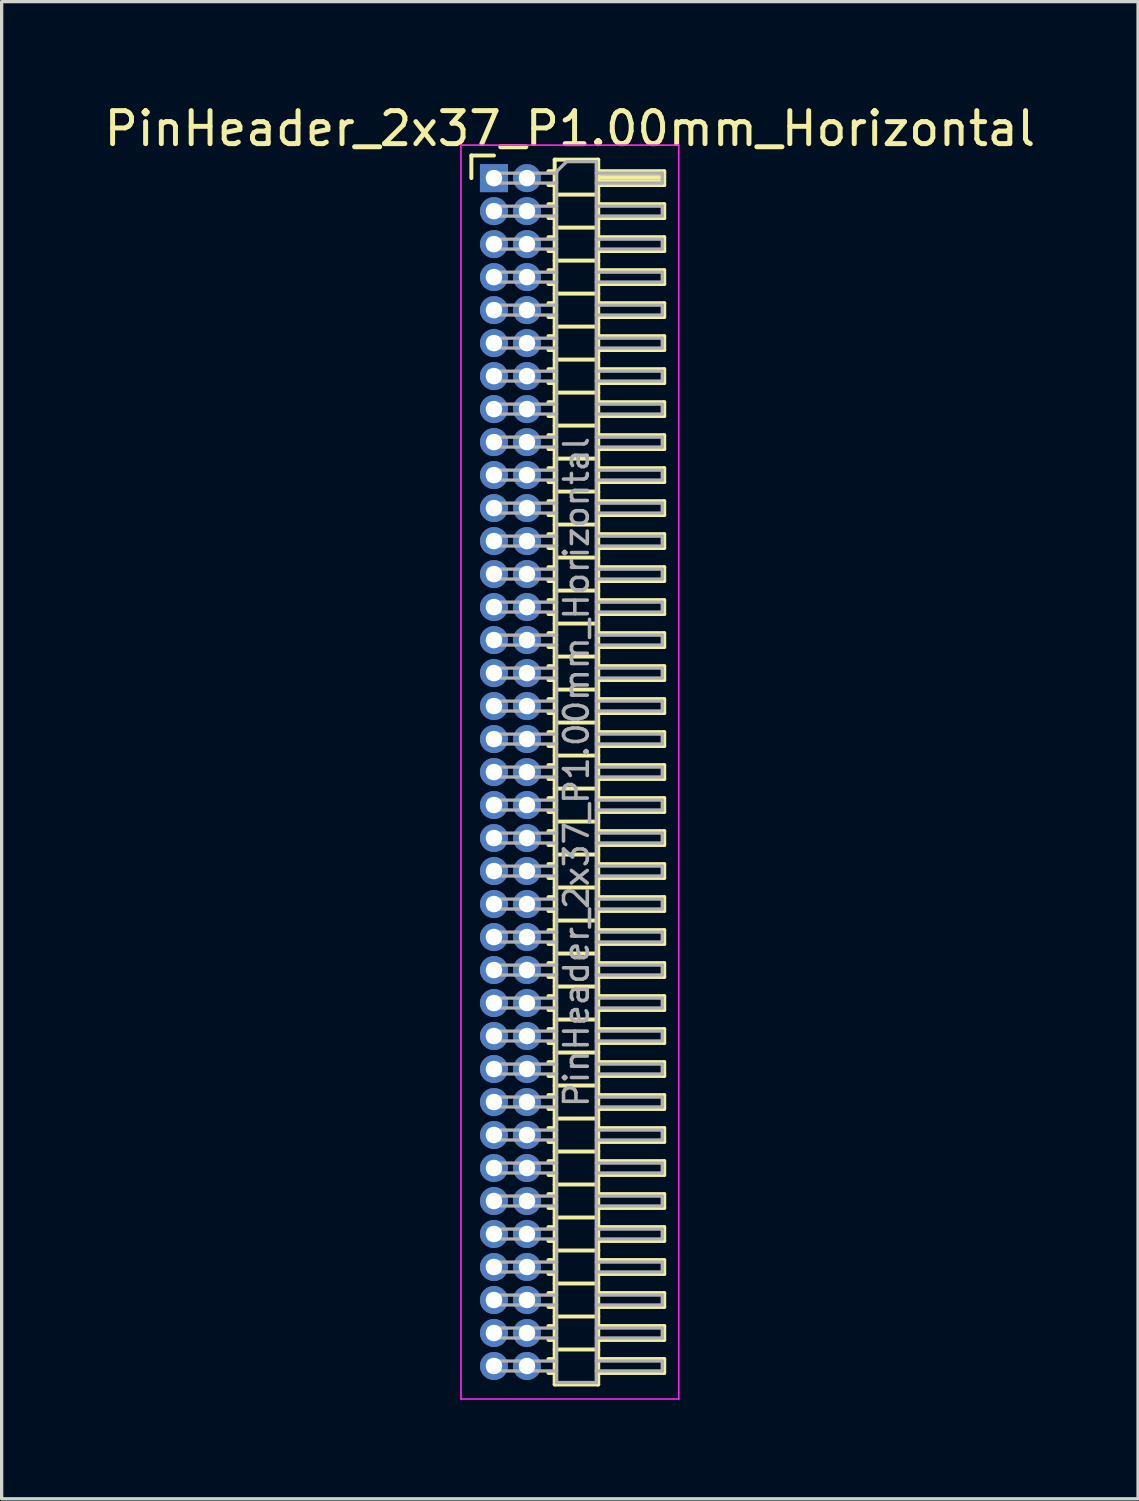
<source format=kicad_pcb>
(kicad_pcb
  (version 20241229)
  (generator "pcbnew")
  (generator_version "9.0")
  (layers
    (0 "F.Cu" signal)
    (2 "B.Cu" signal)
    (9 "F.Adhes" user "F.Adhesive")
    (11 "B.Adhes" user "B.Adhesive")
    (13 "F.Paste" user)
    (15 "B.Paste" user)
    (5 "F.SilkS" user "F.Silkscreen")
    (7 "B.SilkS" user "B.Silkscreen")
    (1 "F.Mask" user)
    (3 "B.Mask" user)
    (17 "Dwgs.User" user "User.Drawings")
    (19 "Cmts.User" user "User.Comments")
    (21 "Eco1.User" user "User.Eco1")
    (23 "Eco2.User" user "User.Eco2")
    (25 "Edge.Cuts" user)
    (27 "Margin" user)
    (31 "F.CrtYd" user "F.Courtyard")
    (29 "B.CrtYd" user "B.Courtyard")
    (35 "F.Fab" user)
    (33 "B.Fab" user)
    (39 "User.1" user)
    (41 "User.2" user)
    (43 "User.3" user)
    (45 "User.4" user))
  (footprint "PinHeader_2x37_P1.00mm_Horizontal"
    (layer "F.Cu")
    (at 11.92 2.348)
    (property "Reference" "PinHeader_2x37_P1.00mm_Horizontal" (at 2.3 -1.5 0) (layer "F.SilkS") (effects (font (size 1 1) (thickness 0.15))))
    (attr through_hole)
    (fp_line (start -0.685 -0.685) (end 0 -0.685) (stroke (width 0.12) (type solid)) (layer "F.SilkS"))
    (fp_line (start -0.685 0) (end -0.685 -0.685) (stroke (width 0.12) (type solid)) (layer "F.SilkS"))
    (fp_line (start 1.652 -0.21) (end 1.84 -0.21) (stroke (width 0.12) (type solid)) (layer "F.SilkS"))
    (fp_line (start 1.652 0.21) (end 1.84 0.21) (stroke (width 0.12) (type solid)) (layer "F.SilkS"))
    (fp_line (start 1.652 0.79) (end 1.84 0.79) (stroke (width 0.12) (type solid)) (layer "F.SilkS"))
    (fp_line (start 1.652 1.21) (end 1.84 1.21) (stroke (width 0.12) (type solid)) (layer "F.SilkS"))
    (fp_line (start 1.652 1.79) (end 1.84 1.79) (stroke (width 0.12) (type solid)) (layer "F.SilkS"))
    (fp_line (start 1.652 2.21) (end 1.84 2.21) (stroke (width 0.12) (type solid)) (layer "F.SilkS"))
    (fp_line (start 1.652 2.79) (end 1.84 2.79) (stroke (width 0.12) (type solid)) (layer "F.SilkS"))
    (fp_line (start 1.652 3.21) (end 1.84 3.21) (stroke (width 0.12) (type solid)) (layer "F.SilkS"))
    (fp_line (start 1.652 3.79) (end 1.84 3.79) (stroke (width 0.12) (type solid)) (layer "F.SilkS"))
    (fp_line (start 1.652 4.21) (end 1.84 4.21) (stroke (width 0.12) (type solid)) (layer "F.SilkS"))
    (fp_line (start 1.652 4.79) (end 1.84 4.79) (stroke (width 0.12) (type solid)) (layer "F.SilkS"))
    (fp_line (start 1.652 5.21) (end 1.84 5.21) (stroke (width 0.12) (type solid)) (layer "F.SilkS"))
    (fp_line (start 1.652 5.79) (end 1.84 5.79) (stroke (width 0.12) (type solid)) (layer "F.SilkS"))
    (fp_line (start 1.652 6.21) (end 1.84 6.21) (stroke (width 0.12) (type solid)) (layer "F.SilkS"))
    (fp_line (start 1.652 6.79) (end 1.84 6.79) (stroke (width 0.12) (type solid)) (layer "F.SilkS"))
    (fp_line (start 1.652 7.21) (end 1.84 7.21) (stroke (width 0.12) (type solid)) (layer "F.SilkS"))
    (fp_line (start 1.652 7.79) (end 1.84 7.79) (stroke (width 0.12) (type solid)) (layer "F.SilkS"))
    (fp_line (start 1.652 8.21) (end 1.84 8.21) (stroke (width 0.12) (type solid)) (layer "F.SilkS"))
    (fp_line (start 1.652 8.79) (end 1.84 8.79) (stroke (width 0.12) (type solid)) (layer "F.SilkS"))
    (fp_line (start 1.652 9.21) (end 1.84 9.21) (stroke (width 0.12) (type solid)) (layer "F.SilkS"))
    (fp_line (start 1.652 9.79) (end 1.84 9.79) (stroke (width 0.12) (type solid)) (layer "F.SilkS"))
    (fp_line (start 1.652 10.21) (end 1.84 10.21) (stroke (width 0.12) (type solid)) (layer "F.SilkS"))
    (fp_line (start 1.652 10.79) (end 1.84 10.79) (stroke (width 0.12) (type solid)) (layer "F.SilkS"))
    (fp_line (start 1.652 11.21) (end 1.84 11.21) (stroke (width 0.12) (type solid)) (layer "F.SilkS"))
    (fp_line (start 1.652 11.79) (end 1.84 11.79) (stroke (width 0.12) (type solid)) (layer "F.SilkS"))
    (fp_line (start 1.652 12.21) (end 1.84 12.21) (stroke (width 0.12) (type solid)) (layer "F.SilkS"))
    (fp_line (start 1.652 12.79) (end 1.84 12.79) (stroke (width 0.12) (type solid)) (layer "F.SilkS"))
    (fp_line (start 1.652 13.21) (end 1.84 13.21) (stroke (width 0.12) (type solid)) (layer "F.SilkS"))
    (fp_line (start 1.652 13.79) (end 1.84 13.79) (stroke (width 0.12) (type solid)) (layer "F.SilkS"))
    (fp_line (start 1.652 14.21) (end 1.84 14.21) (stroke (width 0.12) (type solid)) (layer "F.SilkS"))
    (fp_line (start 1.652 14.79) (end 1.84 14.79) (stroke (width 0.12) (type solid)) (layer "F.SilkS"))
    (fp_line (start 1.652 15.21) (end 1.84 15.21) (stroke (width 0.12) (type solid)) (layer "F.SilkS"))
    (fp_line (start 1.652 15.79) (end 1.84 15.79) (stroke (width 0.12) (type solid)) (layer "F.SilkS"))
    (fp_line (start 1.652 16.21) (end 1.84 16.21) (stroke (width 0.12) (type solid)) (layer "F.SilkS"))
    (fp_line (start 1.652 16.79) (end 1.84 16.79) (stroke (width 0.12) (type solid)) (layer "F.SilkS"))
    (fp_line (start 1.652 17.21) (end 1.84 17.21) (stroke (width 0.12) (type solid)) (layer "F.SilkS"))
    (fp_line (start 1.652 17.79) (end 1.84 17.79) (stroke (width 0.12) (type solid)) (layer "F.SilkS"))
    (fp_line (start 1.652 18.21) (end 1.84 18.21) (stroke (width 0.12) (type solid)) (layer "F.SilkS"))
    (fp_line (start 1.652 18.79) (end 1.84 18.79) (stroke (width 0.12) (type solid)) (layer "F.SilkS"))
    (fp_line (start 1.652 19.21) (end 1.84 19.21) (stroke (width 0.12) (type solid)) (layer "F.SilkS"))
    (fp_line (start 1.652 19.79) (end 1.84 19.79) (stroke (width 0.12) (type solid)) (layer "F.SilkS"))
    (fp_line (start 1.652 20.21) (end 1.84 20.21) (stroke (width 0.12) (type solid)) (layer "F.SilkS"))
    (fp_line (start 1.652 20.79) (end 1.84 20.79) (stroke (width 0.12) (type solid)) (layer "F.SilkS"))
    (fp_line (start 1.652 21.21) (end 1.84 21.21) (stroke (width 0.12) (type solid)) (layer "F.SilkS"))
    (fp_line (start 1.652 21.79) (end 1.84 21.79) (stroke (width 0.12) (type solid)) (layer "F.SilkS"))
    (fp_line (start 1.652 22.21) (end 1.84 22.21) (stroke (width 0.12) (type solid)) (layer "F.SilkS"))
    (fp_line (start 1.652 22.79) (end 1.84 22.79) (stroke (width 0.12) (type solid)) (layer "F.SilkS"))
    (fp_line (start 1.652 23.21) (end 1.84 23.21) (stroke (width 0.12) (type solid)) (layer "F.SilkS"))
    (fp_line (start 1.652 23.79) (end 1.84 23.79) (stroke (width 0.12) (type solid)) (layer "F.SilkS"))
    (fp_line (start 1.652 24.21) (end 1.84 24.21) (stroke (width 0.12) (type solid)) (layer "F.SilkS"))
    (fp_line (start 1.652 24.79) (end 1.84 24.79) (stroke (width 0.12) (type solid)) (layer "F.SilkS"))
    (fp_line (start 1.652 25.21) (end 1.84 25.21) (stroke (width 0.12) (type solid)) (layer "F.SilkS"))
    (fp_line (start 1.652 25.79) (end 1.84 25.79) (stroke (width 0.12) (type solid)) (layer "F.SilkS"))
    (fp_line (start 1.652 26.21) (end 1.84 26.21) (stroke (width 0.12) (type solid)) (layer "F.SilkS"))
    (fp_line (start 1.652 26.79) (end 1.84 26.79) (stroke (width 0.12) (type solid)) (layer "F.SilkS"))
    (fp_line (start 1.652 27.21) (end 1.84 27.21) (stroke (width 0.12) (type solid)) (layer "F.SilkS"))
    (fp_line (start 1.652 27.79) (end 1.84 27.79) (stroke (width 0.12) (type solid)) (layer "F.SilkS"))
    (fp_line (start 1.652 28.21) (end 1.84 28.21) (stroke (width 0.12) (type solid)) (layer "F.SilkS"))
    (fp_line (start 1.652 28.79) (end 1.84 28.79) (stroke (width 0.12) (type solid)) (layer "F.SilkS"))
    (fp_line (start 1.652 29.21) (end 1.84 29.21) (stroke (width 0.12) (type solid)) (layer "F.SilkS"))
    (fp_line (start 1.652 29.79) (end 1.84 29.79) (stroke (width 0.12) (type solid)) (layer "F.SilkS"))
    (fp_line (start 1.652 30.21) (end 1.84 30.21) (stroke (width 0.12) (type solid)) (layer "F.SilkS"))
    (fp_line (start 1.652 30.79) (end 1.84 30.79) (stroke (width 0.12) (type solid)) (layer "F.SilkS"))
    (fp_line (start 1.652 31.21) (end 1.84 31.21) (stroke (width 0.12) (type solid)) (layer "F.SilkS"))
    (fp_line (start 1.652 31.79) (end 1.84 31.79) (stroke (width 0.12) (type solid)) (layer "F.SilkS"))
    (fp_line (start 1.652 32.21) (end 1.84 32.21) (stroke (width 0.12) (type solid)) (layer "F.SilkS"))
    (fp_line (start 1.652 32.79) (end 1.84 32.79) (stroke (width 0.12) (type solid)) (layer "F.SilkS"))
    (fp_line (start 1.652 33.21) (end 1.84 33.21) (stroke (width 0.12) (type solid)) (layer "F.SilkS"))
    (fp_line (start 1.652 33.79) (end 1.84 33.79) (stroke (width 0.12) (type solid)) (layer "F.SilkS"))
    (fp_line (start 1.652 34.21) (end 1.84 34.21) (stroke (width 0.12) (type solid)) (layer "F.SilkS"))
    (fp_line (start 1.652 34.79) (end 1.84 34.79) (stroke (width 0.12) (type solid)) (layer "F.SilkS"))
    (fp_line (start 1.652 35.21) (end 1.84 35.21) (stroke (width 0.12) (type solid)) (layer "F.SilkS"))
    (fp_line (start 1.652 35.79) (end 1.84 35.79) (stroke (width 0.12) (type solid)) (layer "F.SilkS"))
    (fp_line (start 1.652 36.21) (end 1.84 36.21) (stroke (width 0.12) (type solid)) (layer "F.SilkS"))
    (fp_line (start 1.84 -0.56) (end 1.84 36.56) (stroke (width 0.12) (type solid)) (layer "F.SilkS"))
    (fp_line (start 1.84 0.5) (end 3.16 0.5) (stroke (width 0.12) (type solid)) (layer "F.SilkS"))
    (fp_line (start 1.84 1.5) (end 3.16 1.5) (stroke (width 0.12) (type solid)) (layer "F.SilkS"))
    (fp_line (start 1.84 2.5) (end 3.16 2.5) (stroke (width 0.12) (type solid)) (layer "F.SilkS"))
    (fp_line (start 1.84 3.5) (end 3.16 3.5) (stroke (width 0.12) (type solid)) (layer "F.SilkS"))
    (fp_line (start 1.84 4.5) (end 3.16 4.5) (stroke (width 0.12) (type solid)) (layer "F.SilkS"))
    (fp_line (start 1.84 5.5) (end 3.16 5.5) (stroke (width 0.12) (type solid)) (layer "F.SilkS"))
    (fp_line (start 1.84 6.5) (end 3.16 6.5) (stroke (width 0.12) (type solid)) (layer "F.SilkS"))
    (fp_line (start 1.84 7.5) (end 3.16 7.5) (stroke (width 0.12) (type solid)) (layer "F.SilkS"))
    (fp_line (start 1.84 8.5) (end 3.16 8.5) (stroke (width 0.12) (type solid)) (layer "F.SilkS"))
    (fp_line (start 1.84 9.5) (end 3.16 9.5) (stroke (width 0.12) (type solid)) (layer "F.SilkS"))
    (fp_line (start 1.84 10.5) (end 3.16 10.5) (stroke (width 0.12) (type solid)) (layer "F.SilkS"))
    (fp_line (start 1.84 11.5) (end 3.16 11.5) (stroke (width 0.12) (type solid)) (layer "F.SilkS"))
    (fp_line (start 1.84 12.5) (end 3.16 12.5) (stroke (width 0.12) (type solid)) (layer "F.SilkS"))
    (fp_line (start 1.84 13.5) (end 3.16 13.5) (stroke (width 0.12) (type solid)) (layer "F.SilkS"))
    (fp_line (start 1.84 14.5) (end 3.16 14.5) (stroke (width 0.12) (type solid)) (layer "F.SilkS"))
    (fp_line (start 1.84 15.5) (end 3.16 15.5) (stroke (width 0.12) (type solid)) (layer "F.SilkS"))
    (fp_line (start 1.84 16.5) (end 3.16 16.5) (stroke (width 0.12) (type solid)) (layer "F.SilkS"))
    (fp_line (start 1.84 17.5) (end 3.16 17.5) (stroke (width 0.12) (type solid)) (layer "F.SilkS"))
    (fp_line (start 1.84 18.5) (end 3.16 18.5) (stroke (width 0.12) (type solid)) (layer "F.SilkS"))
    (fp_line (start 1.84 19.5) (end 3.16 19.5) (stroke (width 0.12) (type solid)) (layer "F.SilkS"))
    (fp_line (start 1.84 20.5) (end 3.16 20.5) (stroke (width 0.12) (type solid)) (layer "F.SilkS"))
    (fp_line (start 1.84 21.5) (end 3.16 21.5) (stroke (width 0.12) (type solid)) (layer "F.SilkS"))
    (fp_line (start 1.84 22.5) (end 3.16 22.5) (stroke (width 0.12) (type solid)) (layer "F.SilkS"))
    (fp_line (start 1.84 23.5) (end 3.16 23.5) (stroke (width 0.12) (type solid)) (layer "F.SilkS"))
    (fp_line (start 1.84 24.5) (end 3.16 24.5) (stroke (width 0.12) (type solid)) (layer "F.SilkS"))
    (fp_line (start 1.84 25.5) (end 3.16 25.5) (stroke (width 0.12) (type solid)) (layer "F.SilkS"))
    (fp_line (start 1.84 26.5) (end 3.16 26.5) (stroke (width 0.12) (type solid)) (layer "F.SilkS"))
    (fp_line (start 1.84 27.5) (end 3.16 27.5) (stroke (width 0.12) (type solid)) (layer "F.SilkS"))
    (fp_line (start 1.84 28.5) (end 3.16 28.5) (stroke (width 0.12) (type solid)) (layer "F.SilkS"))
    (fp_line (start 1.84 29.5) (end 3.16 29.5) (stroke (width 0.12) (type solid)) (layer "F.SilkS"))
    (fp_line (start 1.84 30.5) (end 3.16 30.5) (stroke (width 0.12) (type solid)) (layer "F.SilkS"))
    (fp_line (start 1.84 31.5) (end 3.16 31.5) (stroke (width 0.12) (type solid)) (layer "F.SilkS"))
    (fp_line (start 1.84 32.5) (end 3.16 32.5) (stroke (width 0.12) (type solid)) (layer "F.SilkS"))
    (fp_line (start 1.84 33.5) (end 3.16 33.5) (stroke (width 0.12) (type solid)) (layer "F.SilkS"))
    (fp_line (start 1.84 34.5) (end 3.16 34.5) (stroke (width 0.12) (type solid)) (layer "F.SilkS"))
    (fp_line (start 1.84 35.5) (end 3.16 35.5) (stroke (width 0.12) (type solid)) (layer "F.SilkS"))
    (fp_line (start 1.84 36.56) (end 3.16 36.56) (stroke (width 0.12) (type solid)) (layer "F.SilkS"))
    (fp_line (start 3.16 -0.56) (end 1.84 -0.56) (stroke (width 0.12) (type solid)) (layer "F.SilkS"))
    (fp_line (start 3.16 -0.21) (end 5.16 -0.21) (stroke (width 0.12) (type solid)) (layer "F.SilkS"))
    (fp_line (start 3.16 -0.15) (end 5.16 -0.15) (stroke (width 0.12) (type solid)) (layer "F.SilkS"))
    (fp_line (start 3.16 -0.03) (end 5.16 -0.03) (stroke (width 0.12) (type solid)) (layer "F.SilkS"))
    (fp_line (start 3.16 0.09) (end 5.16 0.09) (stroke (width 0.12) (type solid)) (layer "F.SilkS"))
    (fp_line (start 3.16 0.79) (end 5.16 0.79) (stroke (width 0.12) (type solid)) (layer "F.SilkS"))
    (fp_line (start 3.16 1.79) (end 5.16 1.79) (stroke (width 0.12) (type solid)) (layer "F.SilkS"))
    (fp_line (start 3.16 2.79) (end 5.16 2.79) (stroke (width 0.12) (type solid)) (layer "F.SilkS"))
    (fp_line (start 3.16 3.79) (end 5.16 3.79) (stroke (width 0.12) (type solid)) (layer "F.SilkS"))
    (fp_line (start 3.16 4.79) (end 5.16 4.79) (stroke (width 0.12) (type solid)) (layer "F.SilkS"))
    (fp_line (start 3.16 5.79) (end 5.16 5.79) (stroke (width 0.12) (type solid)) (layer "F.SilkS"))
    (fp_line (start 3.16 6.79) (end 5.16 6.79) (stroke (width 0.12) (type solid)) (layer "F.SilkS"))
    (fp_line (start 3.16 7.79) (end 5.16 7.79) (stroke (width 0.12) (type solid)) (layer "F.SilkS"))
    (fp_line (start 3.16 8.79) (end 5.16 8.79) (stroke (width 0.12) (type solid)) (layer "F.SilkS"))
    (fp_line (start 3.16 9.79) (end 5.16 9.79) (stroke (width 0.12) (type solid)) (layer "F.SilkS"))
    (fp_line (start 3.16 10.79) (end 5.16 10.79) (stroke (width 0.12) (type solid)) (layer "F.SilkS"))
    (fp_line (start 3.16 11.79) (end 5.16 11.79) (stroke (width 0.12) (type solid)) (layer "F.SilkS"))
    (fp_line (start 3.16 12.79) (end 5.16 12.79) (stroke (width 0.12) (type solid)) (layer "F.SilkS"))
    (fp_line (start 3.16 13.79) (end 5.16 13.79) (stroke (width 0.12) (type solid)) (layer "F.SilkS"))
    (fp_line (start 3.16 14.79) (end 5.16 14.79) (stroke (width 0.12) (type solid)) (layer "F.SilkS"))
    (fp_line (start 3.16 15.79) (end 5.16 15.79) (stroke (width 0.12) (type solid)) (layer "F.SilkS"))
    (fp_line (start 3.16 16.79) (end 5.16 16.79) (stroke (width 0.12) (type solid)) (layer "F.SilkS"))
    (fp_line (start 3.16 17.79) (end 5.16 17.79) (stroke (width 0.12) (type solid)) (layer "F.SilkS"))
    (fp_line (start 3.16 18.79) (end 5.16 18.79) (stroke (width 0.12) (type solid)) (layer "F.SilkS"))
    (fp_line (start 3.16 19.79) (end 5.16 19.79) (stroke (width 0.12) (type solid)) (layer "F.SilkS"))
    (fp_line (start 3.16 20.79) (end 5.16 20.79) (stroke (width 0.12) (type solid)) (layer "F.SilkS"))
    (fp_line (start 3.16 21.79) (end 5.16 21.79) (stroke (width 0.12) (type solid)) (layer "F.SilkS"))
    (fp_line (start 3.16 22.79) (end 5.16 22.79) (stroke (width 0.12) (type solid)) (layer "F.SilkS"))
    (fp_line (start 3.16 23.79) (end 5.16 23.79) (stroke (width 0.12) (type solid)) (layer "F.SilkS"))
    (fp_line (start 3.16 24.79) (end 5.16 24.79) (stroke (width 0.12) (type solid)) (layer "F.SilkS"))
    (fp_line (start 3.16 25.79) (end 5.16 25.79) (stroke (width 0.12) (type solid)) (layer "F.SilkS"))
    (fp_line (start 3.16 26.79) (end 5.16 26.79) (stroke (width 0.12) (type solid)) (layer "F.SilkS"))
    (fp_line (start 3.16 27.79) (end 5.16 27.79) (stroke (width 0.12) (type solid)) (layer "F.SilkS"))
    (fp_line (start 3.16 28.79) (end 5.16 28.79) (stroke (width 0.12) (type solid)) (layer "F.SilkS"))
    (fp_line (start 3.16 29.79) (end 5.16 29.79) (stroke (width 0.12) (type solid)) (layer "F.SilkS"))
    (fp_line (start 3.16 30.79) (end 5.16 30.79) (stroke (width 0.12) (type solid)) (layer "F.SilkS"))
    (fp_line (start 3.16 31.79) (end 5.16 31.79) (stroke (width 0.12) (type solid)) (layer "F.SilkS"))
    (fp_line (start 3.16 32.79) (end 5.16 32.79) (stroke (width 0.12) (type solid)) (layer "F.SilkS"))
    (fp_line (start 3.16 33.79) (end 5.16 33.79) (stroke (width 0.12) (type solid)) (layer "F.SilkS"))
    (fp_line (start 3.16 34.79) (end 5.16 34.79) (stroke (width 0.12) (type solid)) (layer "F.SilkS"))
    (fp_line (start 3.16 35.79) (end 5.16 35.79) (stroke (width 0.12) (type solid)) (layer "F.SilkS"))
    (fp_line (start 3.16 36.56) (end 3.16 -0.56) (stroke (width 0.12) (type solid)) (layer "F.SilkS"))
    (fp_line (start 5.16 -0.21) (end 5.16 0.21) (stroke (width 0.12) (type solid)) (layer "F.SilkS"))
    (fp_line (start 5.16 0.21) (end 3.16 0.21) (stroke (width 0.12) (type solid)) (layer "F.SilkS"))
    (fp_line (start 5.16 0.79) (end 5.16 1.21) (stroke (width 0.12) (type solid)) (layer "F.SilkS"))
    (fp_line (start 5.16 1.21) (end 3.16 1.21) (stroke (width 0.12) (type solid)) (layer "F.SilkS"))
    (fp_line (start 5.16 1.79) (end 5.16 2.21) (stroke (width 0.12) (type solid)) (layer "F.SilkS"))
    (fp_line (start 5.16 2.21) (end 3.16 2.21) (stroke (width 0.12) (type solid)) (layer "F.SilkS"))
    (fp_line (start 5.16 2.79) (end 5.16 3.21) (stroke (width 0.12) (type solid)) (layer "F.SilkS"))
    (fp_line (start 5.16 3.21) (end 3.16 3.21) (stroke (width 0.12) (type solid)) (layer "F.SilkS"))
    (fp_line (start 5.16 3.79) (end 5.16 4.21) (stroke (width 0.12) (type solid)) (layer "F.SilkS"))
    (fp_line (start 5.16 4.21) (end 3.16 4.21) (stroke (width 0.12) (type solid)) (layer "F.SilkS"))
    (fp_line (start 5.16 4.79) (end 5.16 5.21) (stroke (width 0.12) (type solid)) (layer "F.SilkS"))
    (fp_line (start 5.16 5.21) (end 3.16 5.21) (stroke (width 0.12) (type solid)) (layer "F.SilkS"))
    (fp_line (start 5.16 5.79) (end 5.16 6.21) (stroke (width 0.12) (type solid)) (layer "F.SilkS"))
    (fp_line (start 5.16 6.21) (end 3.16 6.21) (stroke (width 0.12) (type solid)) (layer "F.SilkS"))
    (fp_line (start 5.16 6.79) (end 5.16 7.21) (stroke (width 0.12) (type solid)) (layer "F.SilkS"))
    (fp_line (start 5.16 7.21) (end 3.16 7.21) (stroke (width 0.12) (type solid)) (layer "F.SilkS"))
    (fp_line (start 5.16 7.79) (end 5.16 8.21) (stroke (width 0.12) (type solid)) (layer "F.SilkS"))
    (fp_line (start 5.16 8.21) (end 3.16 8.21) (stroke (width 0.12) (type solid)) (layer "F.SilkS"))
    (fp_line (start 5.16 8.79) (end 5.16 9.21) (stroke (width 0.12) (type solid)) (layer "F.SilkS"))
    (fp_line (start 5.16 9.21) (end 3.16 9.21) (stroke (width 0.12) (type solid)) (layer "F.SilkS"))
    (fp_line (start 5.16 9.79) (end 5.16 10.21) (stroke (width 0.12) (type solid)) (layer "F.SilkS"))
    (fp_line (start 5.16 10.21) (end 3.16 10.21) (stroke (width 0.12) (type solid)) (layer "F.SilkS"))
    (fp_line (start 5.16 10.79) (end 5.16 11.21) (stroke (width 0.12) (type solid)) (layer "F.SilkS"))
    (fp_line (start 5.16 11.21) (end 3.16 11.21) (stroke (width 0.12) (type solid)) (layer "F.SilkS"))
    (fp_line (start 5.16 11.79) (end 5.16 12.21) (stroke (width 0.12) (type solid)) (layer "F.SilkS"))
    (fp_line (start 5.16 12.21) (end 3.16 12.21) (stroke (width 0.12) (type solid)) (layer "F.SilkS"))
    (fp_line (start 5.16 12.79) (end 5.16 13.21) (stroke (width 0.12) (type solid)) (layer "F.SilkS"))
    (fp_line (start 5.16 13.21) (end 3.16 13.21) (stroke (width 0.12) (type solid)) (layer "F.SilkS"))
    (fp_line (start 5.16 13.79) (end 5.16 14.21) (stroke (width 0.12) (type solid)) (layer "F.SilkS"))
    (fp_line (start 5.16 14.21) (end 3.16 14.21) (stroke (width 0.12) (type solid)) (layer "F.SilkS"))
    (fp_line (start 5.16 14.79) (end 5.16 15.21) (stroke (width 0.12) (type solid)) (layer "F.SilkS"))
    (fp_line (start 5.16 15.21) (end 3.16 15.21) (stroke (width 0.12) (type solid)) (layer "F.SilkS"))
    (fp_line (start 5.16 15.79) (end 5.16 16.21) (stroke (width 0.12) (type solid)) (layer "F.SilkS"))
    (fp_line (start 5.16 16.21) (end 3.16 16.21) (stroke (width 0.12) (type solid)) (layer "F.SilkS"))
    (fp_line (start 5.16 16.79) (end 5.16 17.21) (stroke (width 0.12) (type solid)) (layer "F.SilkS"))
    (fp_line (start 5.16 17.21) (end 3.16 17.21) (stroke (width 0.12) (type solid)) (layer "F.SilkS"))
    (fp_line (start 5.16 17.79) (end 5.16 18.21) (stroke (width 0.12) (type solid)) (layer "F.SilkS"))
    (fp_line (start 5.16 18.21) (end 3.16 18.21) (stroke (width 0.12) (type solid)) (layer "F.SilkS"))
    (fp_line (start 5.16 18.79) (end 5.16 19.21) (stroke (width 0.12) (type solid)) (layer "F.SilkS"))
    (fp_line (start 5.16 19.21) (end 3.16 19.21) (stroke (width 0.12) (type solid)) (layer "F.SilkS"))
    (fp_line (start 5.16 19.79) (end 5.16 20.21) (stroke (width 0.12) (type solid)) (layer "F.SilkS"))
    (fp_line (start 5.16 20.21) (end 3.16 20.21) (stroke (width 0.12) (type solid)) (layer "F.SilkS"))
    (fp_line (start 5.16 20.79) (end 5.16 21.21) (stroke (width 0.12) (type solid)) (layer "F.SilkS"))
    (fp_line (start 5.16 21.21) (end 3.16 21.21) (stroke (width 0.12) (type solid)) (layer "F.SilkS"))
    (fp_line (start 5.16 21.79) (end 5.16 22.21) (stroke (width 0.12) (type solid)) (layer "F.SilkS"))
    (fp_line (start 5.16 22.21) (end 3.16 22.21) (stroke (width 0.12) (type solid)) (layer "F.SilkS"))
    (fp_line (start 5.16 22.79) (end 5.16 23.21) (stroke (width 0.12) (type solid)) (layer "F.SilkS"))
    (fp_line (start 5.16 23.21) (end 3.16 23.21) (stroke (width 0.12) (type solid)) (layer "F.SilkS"))
    (fp_line (start 5.16 23.79) (end 5.16 24.21) (stroke (width 0.12) (type solid)) (layer "F.SilkS"))
    (fp_line (start 5.16 24.21) (end 3.16 24.21) (stroke (width 0.12) (type solid)) (layer "F.SilkS"))
    (fp_line (start 5.16 24.79) (end 5.16 25.21) (stroke (width 0.12) (type solid)) (layer "F.SilkS"))
    (fp_line (start 5.16 25.21) (end 3.16 25.21) (stroke (width 0.12) (type solid)) (layer "F.SilkS"))
    (fp_line (start 5.16 25.79) (end 5.16 26.21) (stroke (width 0.12) (type solid)) (layer "F.SilkS"))
    (fp_line (start 5.16 26.21) (end 3.16 26.21) (stroke (width 0.12) (type solid)) (layer "F.SilkS"))
    (fp_line (start 5.16 26.79) (end 5.16 27.21) (stroke (width 0.12) (type solid)) (layer "F.SilkS"))
    (fp_line (start 5.16 27.21) (end 3.16 27.21) (stroke (width 0.12) (type solid)) (layer "F.SilkS"))
    (fp_line (start 5.16 27.79) (end 5.16 28.21) (stroke (width 0.12) (type solid)) (layer "F.SilkS"))
    (fp_line (start 5.16 28.21) (end 3.16 28.21) (stroke (width 0.12) (type solid)) (layer "F.SilkS"))
    (fp_line (start 5.16 28.79) (end 5.16 29.21) (stroke (width 0.12) (type solid)) (layer "F.SilkS"))
    (fp_line (start 5.16 29.21) (end 3.16 29.21) (stroke (width 0.12) (type solid)) (layer "F.SilkS"))
    (fp_line (start 5.16 29.79) (end 5.16 30.21) (stroke (width 0.12) (type solid)) (layer "F.SilkS"))
    (fp_line (start 5.16 30.21) (end 3.16 30.21) (stroke (width 0.12) (type solid)) (layer "F.SilkS"))
    (fp_line (start 5.16 30.79) (end 5.16 31.21) (stroke (width 0.12) (type solid)) (layer "F.SilkS"))
    (fp_line (start 5.16 31.21) (end 3.16 31.21) (stroke (width 0.12) (type solid)) (layer "F.SilkS"))
    (fp_line (start 5.16 31.79) (end 5.16 32.21) (stroke (width 0.12) (type solid)) (layer "F.SilkS"))
    (fp_line (start 5.16 32.21) (end 3.16 32.21) (stroke (width 0.12) (type solid)) (layer "F.SilkS"))
    (fp_line (start 5.16 32.79) (end 5.16 33.21) (stroke (width 0.12) (type solid)) (layer "F.SilkS"))
    (fp_line (start 5.16 33.21) (end 3.16 33.21) (stroke (width 0.12) (type solid)) (layer "F.SilkS"))
    (fp_line (start 5.16 33.79) (end 5.16 34.21) (stroke (width 0.12) (type solid)) (layer "F.SilkS"))
    (fp_line (start 5.16 34.21) (end 3.16 34.21) (stroke (width 0.12) (type solid)) (layer "F.SilkS"))
    (fp_line (start 5.16 34.79) (end 5.16 35.21) (stroke (width 0.12) (type solid)) (layer "F.SilkS"))
    (fp_line (start 5.16 35.21) (end 3.16 35.21) (stroke (width 0.12) (type solid)) (layer "F.SilkS"))
    (fp_line (start 5.16 35.79) (end 5.16 36.21) (stroke (width 0.12) (type solid)) (layer "F.SilkS"))
    (fp_line (start 5.16 36.21) (end 3.16 36.21) (stroke (width 0.12) (type solid)) (layer "F.SilkS"))
    (fp_line (start -1 -1) (end -1 37) (stroke (width 0.05) (type solid)) (layer "F.CrtYd"))
    (fp_line (start -1 37) (end 5.6 37) (stroke (width 0.05) (type solid)) (layer "F.CrtYd"))
    (fp_line (start 5.6 -1) (end -1 -1) (stroke (width 0.05) (type solid)) (layer "F.CrtYd"))
    (fp_line (start 5.6 37) (end 5.6 -1) (stroke (width 0.05) (type solid)) (layer "F.CrtYd"))
    (fp_line (start -0.15 -0.15) (end -0.15 0.15) (stroke (width 0.1) (type solid)) (layer "F.Fab"))
    (fp_line (start -0.15 -0.15) (end 1.9 -0.15) (stroke (width 0.1) (type solid)) (layer "F.Fab"))
    (fp_line (start -0.15 0.15) (end 1.9 0.15) (stroke (width 0.1) (type solid)) (layer "F.Fab"))
    (fp_line (start -0.15 0.85) (end -0.15 1.15) (stroke (width 0.1) (type solid)) (layer "F.Fab"))
    (fp_line (start -0.15 0.85) (end 1.9 0.85) (stroke (width 0.1) (type solid)) (layer "F.Fab"))
    (fp_line (start -0.15 1.15) (end 1.9 1.15) (stroke (width 0.1) (type solid)) (layer "F.Fab"))
    (fp_line (start -0.15 1.85) (end -0.15 2.15) (stroke (width 0.1) (type solid)) (layer "F.Fab"))
    (fp_line (start -0.15 1.85) (end 1.9 1.85) (stroke (width 0.1) (type solid)) (layer "F.Fab"))
    (fp_line (start -0.15 2.15) (end 1.9 2.15) (stroke (width 0.1) (type solid)) (layer "F.Fab"))
    (fp_line (start -0.15 2.85) (end -0.15 3.15) (stroke (width 0.1) (type solid)) (layer "F.Fab"))
    (fp_line (start -0.15 2.85) (end 1.9 2.85) (stroke (width 0.1) (type solid)) (layer "F.Fab"))
    (fp_line (start -0.15 3.15) (end 1.9 3.15) (stroke (width 0.1) (type solid)) (layer "F.Fab"))
    (fp_line (start -0.15 3.85) (end -0.15 4.15) (stroke (width 0.1) (type solid)) (layer "F.Fab"))
    (fp_line (start -0.15 3.85) (end 1.9 3.85) (stroke (width 0.1) (type solid)) (layer "F.Fab"))
    (fp_line (start -0.15 4.15) (end 1.9 4.15) (stroke (width 0.1) (type solid)) (layer "F.Fab"))
    (fp_line (start -0.15 4.85) (end -0.15 5.15) (stroke (width 0.1) (type solid)) (layer "F.Fab"))
    (fp_line (start -0.15 4.85) (end 1.9 4.85) (stroke (width 0.1) (type solid)) (layer "F.Fab"))
    (fp_line (start -0.15 5.15) (end 1.9 5.15) (stroke (width 0.1) (type solid)) (layer "F.Fab"))
    (fp_line (start -0.15 5.85) (end -0.15 6.15) (stroke (width 0.1) (type solid)) (layer "F.Fab"))
    (fp_line (start -0.15 5.85) (end 1.9 5.85) (stroke (width 0.1) (type solid)) (layer "F.Fab"))
    (fp_line (start -0.15 6.15) (end 1.9 6.15) (stroke (width 0.1) (type solid)) (layer "F.Fab"))
    (fp_line (start -0.15 6.85) (end -0.15 7.15) (stroke (width 0.1) (type solid)) (layer "F.Fab"))
    (fp_line (start -0.15 6.85) (end 1.9 6.85) (stroke (width 0.1) (type solid)) (layer "F.Fab"))
    (fp_line (start -0.15 7.15) (end 1.9 7.15) (stroke (width 0.1) (type solid)) (layer "F.Fab"))
    (fp_line (start -0.15 7.85) (end -0.15 8.15) (stroke (width 0.1) (type solid)) (layer "F.Fab"))
    (fp_line (start -0.15 7.85) (end 1.9 7.85) (stroke (width 0.1) (type solid)) (layer "F.Fab"))
    (fp_line (start -0.15 8.15) (end 1.9 8.15) (stroke (width 0.1) (type solid)) (layer "F.Fab"))
    (fp_line (start -0.15 8.85) (end -0.15 9.15) (stroke (width 0.1) (type solid)) (layer "F.Fab"))
    (fp_line (start -0.15 8.85) (end 1.9 8.85) (stroke (width 0.1) (type solid)) (layer "F.Fab"))
    (fp_line (start -0.15 9.15) (end 1.9 9.15) (stroke (width 0.1) (type solid)) (layer "F.Fab"))
    (fp_line (start -0.15 9.85) (end -0.15 10.15) (stroke (width 0.1) (type solid)) (layer "F.Fab"))
    (fp_line (start -0.15 9.85) (end 1.9 9.85) (stroke (width 0.1) (type solid)) (layer "F.Fab"))
    (fp_line (start -0.15 10.15) (end 1.9 10.15) (stroke (width 0.1) (type solid)) (layer "F.Fab"))
    (fp_line (start -0.15 10.85) (end -0.15 11.15) (stroke (width 0.1) (type solid)) (layer "F.Fab"))
    (fp_line (start -0.15 10.85) (end 1.9 10.85) (stroke (width 0.1) (type solid)) (layer "F.Fab"))
    (fp_line (start -0.15 11.15) (end 1.9 11.15) (stroke (width 0.1) (type solid)) (layer "F.Fab"))
    (fp_line (start -0.15 11.85) (end -0.15 12.15) (stroke (width 0.1) (type solid)) (layer "F.Fab"))
    (fp_line (start -0.15 11.85) (end 1.9 11.85) (stroke (width 0.1) (type solid)) (layer "F.Fab"))
    (fp_line (start -0.15 12.15) (end 1.9 12.15) (stroke (width 0.1) (type solid)) (layer "F.Fab"))
    (fp_line (start -0.15 12.85) (end -0.15 13.15) (stroke (width 0.1) (type solid)) (layer "F.Fab"))
    (fp_line (start -0.15 12.85) (end 1.9 12.85) (stroke (width 0.1) (type solid)) (layer "F.Fab"))
    (fp_line (start -0.15 13.15) (end 1.9 13.15) (stroke (width 0.1) (type solid)) (layer "F.Fab"))
    (fp_line (start -0.15 13.85) (end -0.15 14.15) (stroke (width 0.1) (type solid)) (layer "F.Fab"))
    (fp_line (start -0.15 13.85) (end 1.9 13.85) (stroke (width 0.1) (type solid)) (layer "F.Fab"))
    (fp_line (start -0.15 14.15) (end 1.9 14.15) (stroke (width 0.1) (type solid)) (layer "F.Fab"))
    (fp_line (start -0.15 14.85) (end -0.15 15.15) (stroke (width 0.1) (type solid)) (layer "F.Fab"))
    (fp_line (start -0.15 14.85) (end 1.9 14.85) (stroke (width 0.1) (type solid)) (layer "F.Fab"))
    (fp_line (start -0.15 15.15) (end 1.9 15.15) (stroke (width 0.1) (type solid)) (layer "F.Fab"))
    (fp_line (start -0.15 15.85) (end -0.15 16.15) (stroke (width 0.1) (type solid)) (layer "F.Fab"))
    (fp_line (start -0.15 15.85) (end 1.9 15.85) (stroke (width 0.1) (type solid)) (layer "F.Fab"))
    (fp_line (start -0.15 16.15) (end 1.9 16.15) (stroke (width 0.1) (type solid)) (layer "F.Fab"))
    (fp_line (start -0.15 16.85) (end -0.15 17.15) (stroke (width 0.1) (type solid)) (layer "F.Fab"))
    (fp_line (start -0.15 16.85) (end 1.9 16.85) (stroke (width 0.1) (type solid)) (layer "F.Fab"))
    (fp_line (start -0.15 17.15) (end 1.9 17.15) (stroke (width 0.1) (type solid)) (layer "F.Fab"))
    (fp_line (start -0.15 17.85) (end -0.15 18.15) (stroke (width 0.1) (type solid)) (layer "F.Fab"))
    (fp_line (start -0.15 17.85) (end 1.9 17.85) (stroke (width 0.1) (type solid)) (layer "F.Fab"))
    (fp_line (start -0.15 18.15) (end 1.9 18.15) (stroke (width 0.1) (type solid)) (layer "F.Fab"))
    (fp_line (start -0.15 18.85) (end -0.15 19.15) (stroke (width 0.1) (type solid)) (layer "F.Fab"))
    (fp_line (start -0.15 18.85) (end 1.9 18.85) (stroke (width 0.1) (type solid)) (layer "F.Fab"))
    (fp_line (start -0.15 19.15) (end 1.9 19.15) (stroke (width 0.1) (type solid)) (layer "F.Fab"))
    (fp_line (start -0.15 19.85) (end -0.15 20.15) (stroke (width 0.1) (type solid)) (layer "F.Fab"))
    (fp_line (start -0.15 19.85) (end 1.9 19.85) (stroke (width 0.1) (type solid)) (layer "F.Fab"))
    (fp_line (start -0.15 20.15) (end 1.9 20.15) (stroke (width 0.1) (type solid)) (layer "F.Fab"))
    (fp_line (start -0.15 20.85) (end -0.15 21.15) (stroke (width 0.1) (type solid)) (layer "F.Fab"))
    (fp_line (start -0.15 20.85) (end 1.9 20.85) (stroke (width 0.1) (type solid)) (layer "F.Fab"))
    (fp_line (start -0.15 21.15) (end 1.9 21.15) (stroke (width 0.1) (type solid)) (layer "F.Fab"))
    (fp_line (start -0.15 21.85) (end -0.15 22.15) (stroke (width 0.1) (type solid)) (layer "F.Fab"))
    (fp_line (start -0.15 21.85) (end 1.9 21.85) (stroke (width 0.1) (type solid)) (layer "F.Fab"))
    (fp_line (start -0.15 22.15) (end 1.9 22.15) (stroke (width 0.1) (type solid)) (layer "F.Fab"))
    (fp_line (start -0.15 22.85) (end -0.15 23.15) (stroke (width 0.1) (type solid)) (layer "F.Fab"))
    (fp_line (start -0.15 22.85) (end 1.9 22.85) (stroke (width 0.1) (type solid)) (layer "F.Fab"))
    (fp_line (start -0.15 23.15) (end 1.9 23.15) (stroke (width 0.1) (type solid)) (layer "F.Fab"))
    (fp_line (start -0.15 23.85) (end -0.15 24.15) (stroke (width 0.1) (type solid)) (layer "F.Fab"))
    (fp_line (start -0.15 23.85) (end 1.9 23.85) (stroke (width 0.1) (type solid)) (layer "F.Fab"))
    (fp_line (start -0.15 24.15) (end 1.9 24.15) (stroke (width 0.1) (type solid)) (layer "F.Fab"))
    (fp_line (start -0.15 24.85) (end -0.15 25.15) (stroke (width 0.1) (type solid)) (layer "F.Fab"))
    (fp_line (start -0.15 24.85) (end 1.9 24.85) (stroke (width 0.1) (type solid)) (layer "F.Fab"))
    (fp_line (start -0.15 25.15) (end 1.9 25.15) (stroke (width 0.1) (type solid)) (layer "F.Fab"))
    (fp_line (start -0.15 25.85) (end -0.15 26.15) (stroke (width 0.1) (type solid)) (layer "F.Fab"))
    (fp_line (start -0.15 25.85) (end 1.9 25.85) (stroke (width 0.1) (type solid)) (layer "F.Fab"))
    (fp_line (start -0.15 26.15) (end 1.9 26.15) (stroke (width 0.1) (type solid)) (layer "F.Fab"))
    (fp_line (start -0.15 26.85) (end -0.15 27.15) (stroke (width 0.1) (type solid)) (layer "F.Fab"))
    (fp_line (start -0.15 26.85) (end 1.9 26.85) (stroke (width 0.1) (type solid)) (layer "F.Fab"))
    (fp_line (start -0.15 27.15) (end 1.9 27.15) (stroke (width 0.1) (type solid)) (layer "F.Fab"))
    (fp_line (start -0.15 27.85) (end -0.15 28.15) (stroke (width 0.1) (type solid)) (layer "F.Fab"))
    (fp_line (start -0.15 27.85) (end 1.9 27.85) (stroke (width 0.1) (type solid)) (layer "F.Fab"))
    (fp_line (start -0.15 28.15) (end 1.9 28.15) (stroke (width 0.1) (type solid)) (layer "F.Fab"))
    (fp_line (start -0.15 28.85) (end -0.15 29.15) (stroke (width 0.1) (type solid)) (layer "F.Fab"))
    (fp_line (start -0.15 28.85) (end 1.9 28.85) (stroke (width 0.1) (type solid)) (layer "F.Fab"))
    (fp_line (start -0.15 29.15) (end 1.9 29.15) (stroke (width 0.1) (type solid)) (layer "F.Fab"))
    (fp_line (start -0.15 29.85) (end -0.15 30.15) (stroke (width 0.1) (type solid)) (layer "F.Fab"))
    (fp_line (start -0.15 29.85) (end 1.9 29.85) (stroke (width 0.1) (type solid)) (layer "F.Fab"))
    (fp_line (start -0.15 30.15) (end 1.9 30.15) (stroke (width 0.1) (type solid)) (layer "F.Fab"))
    (fp_line (start -0.15 30.85) (end -0.15 31.15) (stroke (width 0.1) (type solid)) (layer "F.Fab"))
    (fp_line (start -0.15 30.85) (end 1.9 30.85) (stroke (width 0.1) (type solid)) (layer "F.Fab"))
    (fp_line (start -0.15 31.15) (end 1.9 31.15) (stroke (width 0.1) (type solid)) (layer "F.Fab"))
    (fp_line (start -0.15 31.85) (end -0.15 32.15) (stroke (width 0.1) (type solid)) (layer "F.Fab"))
    (fp_line (start -0.15 31.85) (end 1.9 31.85) (stroke (width 0.1) (type solid)) (layer "F.Fab"))
    (fp_line (start -0.15 32.15) (end 1.9 32.15) (stroke (width 0.1) (type solid)) (layer "F.Fab"))
    (fp_line (start -0.15 32.85) (end -0.15 33.15) (stroke (width 0.1) (type solid)) (layer "F.Fab"))
    (fp_line (start -0.15 32.85) (end 1.9 32.85) (stroke (width 0.1) (type solid)) (layer "F.Fab"))
    (fp_line (start -0.15 33.15) (end 1.9 33.15) (stroke (width 0.1) (type solid)) (layer "F.Fab"))
    (fp_line (start -0.15 33.85) (end -0.15 34.15) (stroke (width 0.1) (type solid)) (layer "F.Fab"))
    (fp_line (start -0.15 33.85) (end 1.9 33.85) (stroke (width 0.1) (type solid)) (layer "F.Fab"))
    (fp_line (start -0.15 34.15) (end 1.9 34.15) (stroke (width 0.1) (type solid)) (layer "F.Fab"))
    (fp_line (start -0.15 34.85) (end -0.15 35.15) (stroke (width 0.1) (type solid)) (layer "F.Fab"))
    (fp_line (start -0.15 34.85) (end 1.9 34.85) (stroke (width 0.1) (type solid)) (layer "F.Fab"))
    (fp_line (start -0.15 35.15) (end 1.9 35.15) (stroke (width 0.1) (type solid)) (layer "F.Fab"))
    (fp_line (start -0.15 35.85) (end -0.15 36.15) (stroke (width 0.1) (type solid)) (layer "F.Fab"))
    (fp_line (start -0.15 35.85) (end 1.9 35.85) (stroke (width 0.1) (type solid)) (layer "F.Fab"))
    (fp_line (start -0.15 36.15) (end 1.9 36.15) (stroke (width 0.1) (type solid)) (layer "F.Fab"))
    (fp_line (start 1.9 -0.2) (end 2.2 -0.5) (stroke (width 0.1) (type solid)) (layer "F.Fab"))
    (fp_line (start 1.9 36.5) (end 1.9 -0.2) (stroke (width 0.1) (type solid)) (layer "F.Fab"))
    (fp_line (start 2.2 -0.5) (end 3.1 -0.5) (stroke (width 0.1) (type solid)) (layer "F.Fab"))
    (fp_line (start 3.1 -0.5) (end 3.1 36.5) (stroke (width 0.1) (type solid)) (layer "F.Fab"))
    (fp_line (start 3.1 -0.15) (end 5.1 -0.15) (stroke (width 0.1) (type solid)) (layer "F.Fab"))
    (fp_line (start 3.1 0.15) (end 5.1 0.15) (stroke (width 0.1) (type solid)) (layer "F.Fab"))
    (fp_line (start 3.1 0.85) (end 5.1 0.85) (stroke (width 0.1) (type solid)) (layer "F.Fab"))
    (fp_line (start 3.1 1.15) (end 5.1 1.15) (stroke (width 0.1) (type solid)) (layer "F.Fab"))
    (fp_line (start 3.1 1.85) (end 5.1 1.85) (stroke (width 0.1) (type solid)) (layer "F.Fab"))
    (fp_line (start 3.1 2.15) (end 5.1 2.15) (stroke (width 0.1) (type solid)) (layer "F.Fab"))
    (fp_line (start 3.1 2.85) (end 5.1 2.85) (stroke (width 0.1) (type solid)) (layer "F.Fab"))
    (fp_line (start 3.1 3.15) (end 5.1 3.15) (stroke (width 0.1) (type solid)) (layer "F.Fab"))
    (fp_line (start 3.1 3.85) (end 5.1 3.85) (stroke (width 0.1) (type solid)) (layer "F.Fab"))
    (fp_line (start 3.1 4.15) (end 5.1 4.15) (stroke (width 0.1) (type solid)) (layer "F.Fab"))
    (fp_line (start 3.1 4.85) (end 5.1 4.85) (stroke (width 0.1) (type solid)) (layer "F.Fab"))
    (fp_line (start 3.1 5.15) (end 5.1 5.15) (stroke (width 0.1) (type solid)) (layer "F.Fab"))
    (fp_line (start 3.1 5.85) (end 5.1 5.85) (stroke (width 0.1) (type solid)) (layer "F.Fab"))
    (fp_line (start 3.1 6.15) (end 5.1 6.15) (stroke (width 0.1) (type solid)) (layer "F.Fab"))
    (fp_line (start 3.1 6.85) (end 5.1 6.85) (stroke (width 0.1) (type solid)) (layer "F.Fab"))
    (fp_line (start 3.1 7.15) (end 5.1 7.15) (stroke (width 0.1) (type solid)) (layer "F.Fab"))
    (fp_line (start 3.1 7.85) (end 5.1 7.85) (stroke (width 0.1) (type solid)) (layer "F.Fab"))
    (fp_line (start 3.1 8.15) (end 5.1 8.15) (stroke (width 0.1) (type solid)) (layer "F.Fab"))
    (fp_line (start 3.1 8.85) (end 5.1 8.85) (stroke (width 0.1) (type solid)) (layer "F.Fab"))
    (fp_line (start 3.1 9.15) (end 5.1 9.15) (stroke (width 0.1) (type solid)) (layer "F.Fab"))
    (fp_line (start 3.1 9.85) (end 5.1 9.85) (stroke (width 0.1) (type solid)) (layer "F.Fab"))
    (fp_line (start 3.1 10.15) (end 5.1 10.15) (stroke (width 0.1) (type solid)) (layer "F.Fab"))
    (fp_line (start 3.1 10.85) (end 5.1 10.85) (stroke (width 0.1) (type solid)) (layer "F.Fab"))
    (fp_line (start 3.1 11.15) (end 5.1 11.15) (stroke (width 0.1) (type solid)) (layer "F.Fab"))
    (fp_line (start 3.1 11.85) (end 5.1 11.85) (stroke (width 0.1) (type solid)) (layer "F.Fab"))
    (fp_line (start 3.1 12.15) (end 5.1 12.15) (stroke (width 0.1) (type solid)) (layer "F.Fab"))
    (fp_line (start 3.1 12.85) (end 5.1 12.85) (stroke (width 0.1) (type solid)) (layer "F.Fab"))
    (fp_line (start 3.1 13.15) (end 5.1 13.15) (stroke (width 0.1) (type solid)) (layer "F.Fab"))
    (fp_line (start 3.1 13.85) (end 5.1 13.85) (stroke (width 0.1) (type solid)) (layer "F.Fab"))
    (fp_line (start 3.1 14.15) (end 5.1 14.15) (stroke (width 0.1) (type solid)) (layer "F.Fab"))
    (fp_line (start 3.1 14.85) (end 5.1 14.85) (stroke (width 0.1) (type solid)) (layer "F.Fab"))
    (fp_line (start 3.1 15.15) (end 5.1 15.15) (stroke (width 0.1) (type solid)) (layer "F.Fab"))
    (fp_line (start 3.1 15.85) (end 5.1 15.85) (stroke (width 0.1) (type solid)) (layer "F.Fab"))
    (fp_line (start 3.1 16.15) (end 5.1 16.15) (stroke (width 0.1) (type solid)) (layer "F.Fab"))
    (fp_line (start 3.1 16.85) (end 5.1 16.85) (stroke (width 0.1) (type solid)) (layer "F.Fab"))
    (fp_line (start 3.1 17.15) (end 5.1 17.15) (stroke (width 0.1) (type solid)) (layer "F.Fab"))
    (fp_line (start 3.1 17.85) (end 5.1 17.85) (stroke (width 0.1) (type solid)) (layer "F.Fab"))
    (fp_line (start 3.1 18.15) (end 5.1 18.15) (stroke (width 0.1) (type solid)) (layer "F.Fab"))
    (fp_line (start 3.1 18.85) (end 5.1 18.85) (stroke (width 0.1) (type solid)) (layer "F.Fab"))
    (fp_line (start 3.1 19.15) (end 5.1 19.15) (stroke (width 0.1) (type solid)) (layer "F.Fab"))
    (fp_line (start 3.1 19.85) (end 5.1 19.85) (stroke (width 0.1) (type solid)) (layer "F.Fab"))
    (fp_line (start 3.1 20.15) (end 5.1 20.15) (stroke (width 0.1) (type solid)) (layer "F.Fab"))
    (fp_line (start 3.1 20.85) (end 5.1 20.85) (stroke (width 0.1) (type solid)) (layer "F.Fab"))
    (fp_line (start 3.1 21.15) (end 5.1 21.15) (stroke (width 0.1) (type solid)) (layer "F.Fab"))
    (fp_line (start 3.1 21.85) (end 5.1 21.85) (stroke (width 0.1) (type solid)) (layer "F.Fab"))
    (fp_line (start 3.1 22.15) (end 5.1 22.15) (stroke (width 0.1) (type solid)) (layer "F.Fab"))
    (fp_line (start 3.1 22.85) (end 5.1 22.85) (stroke (width 0.1) (type solid)) (layer "F.Fab"))
    (fp_line (start 3.1 23.15) (end 5.1 23.15) (stroke (width 0.1) (type solid)) (layer "F.Fab"))
    (fp_line (start 3.1 23.85) (end 5.1 23.85) (stroke (width 0.1) (type solid)) (layer "F.Fab"))
    (fp_line (start 3.1 24.15) (end 5.1 24.15) (stroke (width 0.1) (type solid)) (layer "F.Fab"))
    (fp_line (start 3.1 24.85) (end 5.1 24.85) (stroke (width 0.1) (type solid)) (layer "F.Fab"))
    (fp_line (start 3.1 25.15) (end 5.1 25.15) (stroke (width 0.1) (type solid)) (layer "F.Fab"))
    (fp_line (start 3.1 25.85) (end 5.1 25.85) (stroke (width 0.1) (type solid)) (layer "F.Fab"))
    (fp_line (start 3.1 26.15) (end 5.1 26.15) (stroke (width 0.1) (type solid)) (layer "F.Fab"))
    (fp_line (start 3.1 26.85) (end 5.1 26.85) (stroke (width 0.1) (type solid)) (layer "F.Fab"))
    (fp_line (start 3.1 27.15) (end 5.1 27.15) (stroke (width 0.1) (type solid)) (layer "F.Fab"))
    (fp_line (start 3.1 27.85) (end 5.1 27.85) (stroke (width 0.1) (type solid)) (layer "F.Fab"))
    (fp_line (start 3.1 28.15) (end 5.1 28.15) (stroke (width 0.1) (type solid)) (layer "F.Fab"))
    (fp_line (start 3.1 28.85) (end 5.1 28.85) (stroke (width 0.1) (type solid)) (layer "F.Fab"))
    (fp_line (start 3.1 29.15) (end 5.1 29.15) (stroke (width 0.1) (type solid)) (layer "F.Fab"))
    (fp_line (start 3.1 29.85) (end 5.1 29.85) (stroke (width 0.1) (type solid)) (layer "F.Fab"))
    (fp_line (start 3.1 30.15) (end 5.1 30.15) (stroke (width 0.1) (type solid)) (layer "F.Fab"))
    (fp_line (start 3.1 30.85) (end 5.1 30.85) (stroke (width 0.1) (type solid)) (layer "F.Fab"))
    (fp_line (start 3.1 31.15) (end 5.1 31.15) (stroke (width 0.1) (type solid)) (layer "F.Fab"))
    (fp_line (start 3.1 31.85) (end 5.1 31.85) (stroke (width 0.1) (type solid)) (layer "F.Fab"))
    (fp_line (start 3.1 32.15) (end 5.1 32.15) (stroke (width 0.1) (type solid)) (layer "F.Fab"))
    (fp_line (start 3.1 32.85) (end 5.1 32.85) (stroke (width 0.1) (type solid)) (layer "F.Fab"))
    (fp_line (start 3.1 33.15) (end 5.1 33.15) (stroke (width 0.1) (type solid)) (layer "F.Fab"))
    (fp_line (start 3.1 33.85) (end 5.1 33.85) (stroke (width 0.1) (type solid)) (layer "F.Fab"))
    (fp_line (start 3.1 34.15) (end 5.1 34.15) (stroke (width 0.1) (type solid)) (layer "F.Fab"))
    (fp_line (start 3.1 34.85) (end 5.1 34.85) (stroke (width 0.1) (type solid)) (layer "F.Fab"))
    (fp_line (start 3.1 35.15) (end 5.1 35.15) (stroke (width 0.1) (type solid)) (layer "F.Fab"))
    (fp_line (start 3.1 35.85) (end 5.1 35.85) (stroke (width 0.1) (type solid)) (layer "F.Fab"))
    (fp_line (start 3.1 36.15) (end 5.1 36.15) (stroke (width 0.1) (type solid)) (layer "F.Fab"))
    (fp_line (start 3.1 36.5) (end 1.9 36.5) (stroke (width 0.1) (type solid)) (layer "F.Fab"))
    (fp_line (start 5.1 -0.15) (end 5.1 0.15) (stroke (width 0.1) (type solid)) (layer "F.Fab"))
    (fp_line (start 5.1 0.85) (end 5.1 1.15) (stroke (width 0.1) (type solid)) (layer "F.Fab"))
    (fp_line (start 5.1 1.85) (end 5.1 2.15) (stroke (width 0.1) (type solid)) (layer "F.Fab"))
    (fp_line (start 5.1 2.85) (end 5.1 3.15) (stroke (width 0.1) (type solid)) (layer "F.Fab"))
    (fp_line (start 5.1 3.85) (end 5.1 4.15) (stroke (width 0.1) (type solid)) (layer "F.Fab"))
    (fp_line (start 5.1 4.85) (end 5.1 5.15) (stroke (width 0.1) (type solid)) (layer "F.Fab"))
    (fp_line (start 5.1 5.85) (end 5.1 6.15) (stroke (width 0.1) (type solid)) (layer "F.Fab"))
    (fp_line (start 5.1 6.85) (end 5.1 7.15) (stroke (width 0.1) (type solid)) (layer "F.Fab"))
    (fp_line (start 5.1 7.85) (end 5.1 8.15) (stroke (width 0.1) (type solid)) (layer "F.Fab"))
    (fp_line (start 5.1 8.85) (end 5.1 9.15) (stroke (width 0.1) (type solid)) (layer "F.Fab"))
    (fp_line (start 5.1 9.85) (end 5.1 10.15) (stroke (width 0.1) (type solid)) (layer "F.Fab"))
    (fp_line (start 5.1 10.85) (end 5.1 11.15) (stroke (width 0.1) (type solid)) (layer "F.Fab"))
    (fp_line (start 5.1 11.85) (end 5.1 12.15) (stroke (width 0.1) (type solid)) (layer "F.Fab"))
    (fp_line (start 5.1 12.85) (end 5.1 13.15) (stroke (width 0.1) (type solid)) (layer "F.Fab"))
    (fp_line (start 5.1 13.85) (end 5.1 14.15) (stroke (width 0.1) (type solid)) (layer "F.Fab"))
    (fp_line (start 5.1 14.85) (end 5.1 15.15) (stroke (width 0.1) (type solid)) (layer "F.Fab"))
    (fp_line (start 5.1 15.85) (end 5.1 16.15) (stroke (width 0.1) (type solid)) (layer "F.Fab"))
    (fp_line (start 5.1 16.85) (end 5.1 17.15) (stroke (width 0.1) (type solid)) (layer "F.Fab"))
    (fp_line (start 5.1 17.85) (end 5.1 18.15) (stroke (width 0.1) (type solid)) (layer "F.Fab"))
    (fp_line (start 5.1 18.85) (end 5.1 19.15) (stroke (width 0.1) (type solid)) (layer "F.Fab"))
    (fp_line (start 5.1 19.85) (end 5.1 20.15) (stroke (width 0.1) (type solid)) (layer "F.Fab"))
    (fp_line (start 5.1 20.85) (end 5.1 21.15) (stroke (width 0.1) (type solid)) (layer "F.Fab"))
    (fp_line (start 5.1 21.85) (end 5.1 22.15) (stroke (width 0.1) (type solid)) (layer "F.Fab"))
    (fp_line (start 5.1 22.85) (end 5.1 23.15) (stroke (width 0.1) (type solid)) (layer "F.Fab"))
    (fp_line (start 5.1 23.85) (end 5.1 24.15) (stroke (width 0.1) (type solid)) (layer "F.Fab"))
    (fp_line (start 5.1 24.85) (end 5.1 25.15) (stroke (width 0.1) (type solid)) (layer "F.Fab"))
    (fp_line (start 5.1 25.85) (end 5.1 26.15) (stroke (width 0.1) (type solid)) (layer "F.Fab"))
    (fp_line (start 5.1 26.85) (end 5.1 27.15) (stroke (width 0.1) (type solid)) (layer "F.Fab"))
    (fp_line (start 5.1 27.85) (end 5.1 28.15) (stroke (width 0.1) (type solid)) (layer "F.Fab"))
    (fp_line (start 5.1 28.85) (end 5.1 29.15) (stroke (width 0.1) (type solid)) (layer "F.Fab"))
    (fp_line (start 5.1 29.85) (end 5.1 30.15) (stroke (width 0.1) (type solid)) (layer "F.Fab"))
    (fp_line (start 5.1 30.85) (end 5.1 31.15) (stroke (width 0.1) (type solid)) (layer "F.Fab"))
    (fp_line (start 5.1 31.85) (end 5.1 32.15) (stroke (width 0.1) (type solid)) (layer "F.Fab"))
    (fp_line (start 5.1 32.85) (end 5.1 33.15) (stroke (width 0.1) (type solid)) (layer "F.Fab"))
    (fp_line (start 5.1 33.85) (end 5.1 34.15) (stroke (width 0.1) (type solid)) (layer "F.Fab"))
    (fp_line (start 5.1 34.85) (end 5.1 35.15) (stroke (width 0.1) (type solid)) (layer "F.Fab"))
    (fp_line (start 5.1 35.85) (end 5.1 36.15) (stroke (width 0.1) (type solid)) (layer "F.Fab"))
    (fp_text user "${REFERENCE}" (at 2.5 18 90) (layer "F.Fab") (effects (font (size 0.72 0.72) (thickness 0.108))))
    (pad "1" thru_hole rect (at 0 0) (size 0.85 0.85) (drill 0.5) (layers "*.Cu" "*.Mask"))
    (pad "2" thru_hole oval (at 1 0) (size 0.85 0.85) (drill 0.5) (layers "*.Cu" "*.Mask"))
    (pad "3" thru_hole oval (at 0 1) (size 0.85 0.85) (drill 0.5) (layers "*.Cu" "*.Mask"))
    (pad "4" thru_hole oval (at 1 1) (size 0.85 0.85) (drill 0.5) (layers "*.Cu" "*.Mask"))
    (pad "5" thru_hole oval (at 0 2) (size 0.85 0.85) (drill 0.5) (layers "*.Cu" "*.Mask"))
    (pad "6" thru_hole oval (at 1 2) (size 0.85 0.85) (drill 0.5) (layers "*.Cu" "*.Mask"))
    (pad "7" thru_hole oval (at 0 3) (size 0.85 0.85) (drill 0.5) (layers "*.Cu" "*.Mask"))
    (pad "8" thru_hole oval (at 1 3) (size 0.85 0.85) (drill 0.5) (layers "*.Cu" "*.Mask"))
    (pad "9" thru_hole oval (at 0 4) (size 0.85 0.85) (drill 0.5) (layers "*.Cu" "*.Mask"))
    (pad "10" thru_hole oval (at 1 4) (size 0.85 0.85) (drill 0.5) (layers "*.Cu" "*.Mask"))
    (pad "11" thru_hole oval (at 0 5) (size 0.85 0.85) (drill 0.5) (layers "*.Cu" "*.Mask"))
    (pad "12" thru_hole oval (at 1 5) (size 0.85 0.85) (drill 0.5) (layers "*.Cu" "*.Mask"))
    (pad "13" thru_hole oval (at 0 6) (size 0.85 0.85) (drill 0.5) (layers "*.Cu" "*.Mask"))
    (pad "14" thru_hole oval (at 1 6) (size 0.85 0.85) (drill 0.5) (layers "*.Cu" "*.Mask"))
    (pad "15" thru_hole oval (at 0 7) (size 0.85 0.85) (drill 0.5) (layers "*.Cu" "*.Mask"))
    (pad "16" thru_hole oval (at 1 7) (size 0.85 0.85) (drill 0.5) (layers "*.Cu" "*.Mask"))
    (pad "17" thru_hole oval (at 0 8) (size 0.85 0.85) (drill 0.5) (layers "*.Cu" "*.Mask"))
    (pad "18" thru_hole oval (at 1 8) (size 0.85 0.85) (drill 0.5) (layers "*.Cu" "*.Mask"))
    (pad "19" thru_hole oval (at 0 9) (size 0.85 0.85) (drill 0.5) (layers "*.Cu" "*.Mask"))
    (pad "20" thru_hole oval (at 1 9) (size 0.85 0.85) (drill 0.5) (layers "*.Cu" "*.Mask"))
    (pad "21" thru_hole oval (at 0 10) (size 0.85 0.85) (drill 0.5) (layers "*.Cu" "*.Mask"))
    (pad "22" thru_hole oval (at 1 10) (size 0.85 0.85) (drill 0.5) (layers "*.Cu" "*.Mask"))
    (pad "23" thru_hole oval (at 0 11) (size 0.85 0.85) (drill 0.5) (layers "*.Cu" "*.Mask"))
    (pad "24" thru_hole oval (at 1 11) (size 0.85 0.85) (drill 0.5) (layers "*.Cu" "*.Mask"))
    (pad "25" thru_hole oval (at 0 12) (size 0.85 0.85) (drill 0.5) (layers "*.Cu" "*.Mask"))
    (pad "26" thru_hole oval (at 1 12) (size 0.85 0.85) (drill 0.5) (layers "*.Cu" "*.Mask"))
    (pad "27" thru_hole oval (at 0 13) (size 0.85 0.85) (drill 0.5) (layers "*.Cu" "*.Mask"))
    (pad "28" thru_hole oval (at 1 13) (size 0.85 0.85) (drill 0.5) (layers "*.Cu" "*.Mask"))
    (pad "29" thru_hole oval (at 0 14) (size 0.85 0.85) (drill 0.5) (layers "*.Cu" "*.Mask"))
    (pad "30" thru_hole oval (at 1 14) (size 0.85 0.85) (drill 0.5) (layers "*.Cu" "*.Mask"))
    (pad "31" thru_hole oval (at 0 15) (size 0.85 0.85) (drill 0.5) (layers "*.Cu" "*.Mask"))
    (pad "32" thru_hole oval (at 1 15) (size 0.85 0.85) (drill 0.5) (layers "*.Cu" "*.Mask"))
    (pad "33" thru_hole oval (at 0 16) (size 0.85 0.85) (drill 0.5) (layers "*.Cu" "*.Mask"))
    (pad "34" thru_hole oval (at 1 16) (size 0.85 0.85) (drill 0.5) (layers "*.Cu" "*.Mask"))
    (pad "35" thru_hole oval (at 0 17) (size 0.85 0.85) (drill 0.5) (layers "*.Cu" "*.Mask"))
    (pad "36" thru_hole oval (at 1 17) (size 0.85 0.85) (drill 0.5) (layers "*.Cu" "*.Mask"))
    (pad "37" thru_hole oval (at 0 18) (size 0.85 0.85) (drill 0.5) (layers "*.Cu" "*.Mask"))
    (pad "38" thru_hole oval (at 1 18) (size 0.85 0.85) (drill 0.5) (layers "*.Cu" "*.Mask"))
    (pad "39" thru_hole oval (at 0 19) (size 0.85 0.85) (drill 0.5) (layers "*.Cu" "*.Mask"))
    (pad "40" thru_hole oval (at 1 19) (size 0.85 0.85) (drill 0.5) (layers "*.Cu" "*.Mask"))
    (pad "41" thru_hole oval (at 0 20) (size 0.85 0.85) (drill 0.5) (layers "*.Cu" "*.Mask"))
    (pad "42" thru_hole oval (at 1 20) (size 0.85 0.85) (drill 0.5) (layers "*.Cu" "*.Mask"))
    (pad "43" thru_hole oval (at 0 21) (size 0.85 0.85) (drill 0.5) (layers "*.Cu" "*.Mask"))
    (pad "44" thru_hole oval (at 1 21) (size 0.85 0.85) (drill 0.5) (layers "*.Cu" "*.Mask"))
    (pad "45" thru_hole oval (at 0 22) (size 0.85 0.85) (drill 0.5) (layers "*.Cu" "*.Mask"))
    (pad "46" thru_hole oval (at 1 22) (size 0.85 0.85) (drill 0.5) (layers "*.Cu" "*.Mask"))
    (pad "47" thru_hole oval (at 0 23) (size 0.85 0.85) (drill 0.5) (layers "*.Cu" "*.Mask"))
    (pad "48" thru_hole oval (at 1 23) (size 0.85 0.85) (drill 0.5) (layers "*.Cu" "*.Mask"))
    (pad "49" thru_hole oval (at 0 24) (size 0.85 0.85) (drill 0.5) (layers "*.Cu" "*.Mask"))
    (pad "50" thru_hole oval (at 1 24) (size 0.85 0.85) (drill 0.5) (layers "*.Cu" "*.Mask"))
    (pad "51" thru_hole oval (at 0 25) (size 0.85 0.85) (drill 0.5) (layers "*.Cu" "*.Mask"))
    (pad "52" thru_hole oval (at 1 25) (size 0.85 0.85) (drill 0.5) (layers "*.Cu" "*.Mask"))
    (pad "53" thru_hole oval (at 0 26) (size 0.85 0.85) (drill 0.5) (layers "*.Cu" "*.Mask"))
    (pad "54" thru_hole oval (at 1 26) (size 0.85 0.85) (drill 0.5) (layers "*.Cu" "*.Mask"))
    (pad "55" thru_hole oval (at 0 27) (size 0.85 0.85) (drill 0.5) (layers "*.Cu" "*.Mask"))
    (pad "56" thru_hole oval (at 1 27) (size 0.85 0.85) (drill 0.5) (layers "*.Cu" "*.Mask"))
    (pad "57" thru_hole oval (at 0 28) (size 0.85 0.85) (drill 0.5) (layers "*.Cu" "*.Mask"))
    (pad "58" thru_hole oval (at 1 28) (size 0.85 0.85) (drill 0.5) (layers "*.Cu" "*.Mask"))
    (pad "59" thru_hole oval (at 0 29) (size 0.85 0.85) (drill 0.5) (layers "*.Cu" "*.Mask"))
    (pad "60" thru_hole oval (at 1 29) (size 0.85 0.85) (drill 0.5) (layers "*.Cu" "*.Mask"))
    (pad "61" thru_hole oval (at 0 30) (size 0.85 0.85) (drill 0.5) (layers "*.Cu" "*.Mask"))
    (pad "62" thru_hole oval (at 1 30) (size 0.85 0.85) (drill 0.5) (layers "*.Cu" "*.Mask"))
    (pad "63" thru_hole oval (at 0 31) (size 0.85 0.85) (drill 0.5) (layers "*.Cu" "*.Mask"))
    (pad "64" thru_hole oval (at 1 31) (size 0.85 0.85) (drill 0.5) (layers "*.Cu" "*.Mask"))
    (pad "65" thru_hole oval (at 0 32) (size 0.85 0.85) (drill 0.5) (layers "*.Cu" "*.Mask"))
    (pad "66" thru_hole oval (at 1 32) (size 0.85 0.85) (drill 0.5) (layers "*.Cu" "*.Mask"))
    (pad "67" thru_hole oval (at 0 33) (size 0.85 0.85) (drill 0.5) (layers "*.Cu" "*.Mask"))
    (pad "68" thru_hole oval (at 1 33) (size 0.85 0.85) (drill 0.5) (layers "*.Cu" "*.Mask"))
    (pad "69" thru_hole oval (at 0 34) (size 0.85 0.85) (drill 0.5) (layers "*.Cu" "*.Mask"))
    (pad "70" thru_hole oval (at 1 34) (size 0.85 0.85) (drill 0.5) (layers "*.Cu" "*.Mask"))
    (pad "71" thru_hole oval (at 0 35) (size 0.85 0.85) (drill 0.5) (layers "*.Cu" "*.Mask"))
    (pad "72" thru_hole oval (at 1 35) (size 0.85 0.85) (drill 0.5) (layers "*.Cu" "*.Mask"))
    (pad "73" thru_hole oval (at 0 36) (size 0.85 0.85) (drill 0.5) (layers "*.Cu" "*.Mask"))
    (pad "74" thru_hole oval (at 1 36) (size 0.85 0.85) (drill 0.5) (layers "*.Cu" "*.Mask")))
  (gr_rect
    (start -3 -3)
    (end 31.44 42.373)
    (stroke (width 0.1) (type default))
    (fill no)
    (layer "Edge.Cuts")))
</source>
